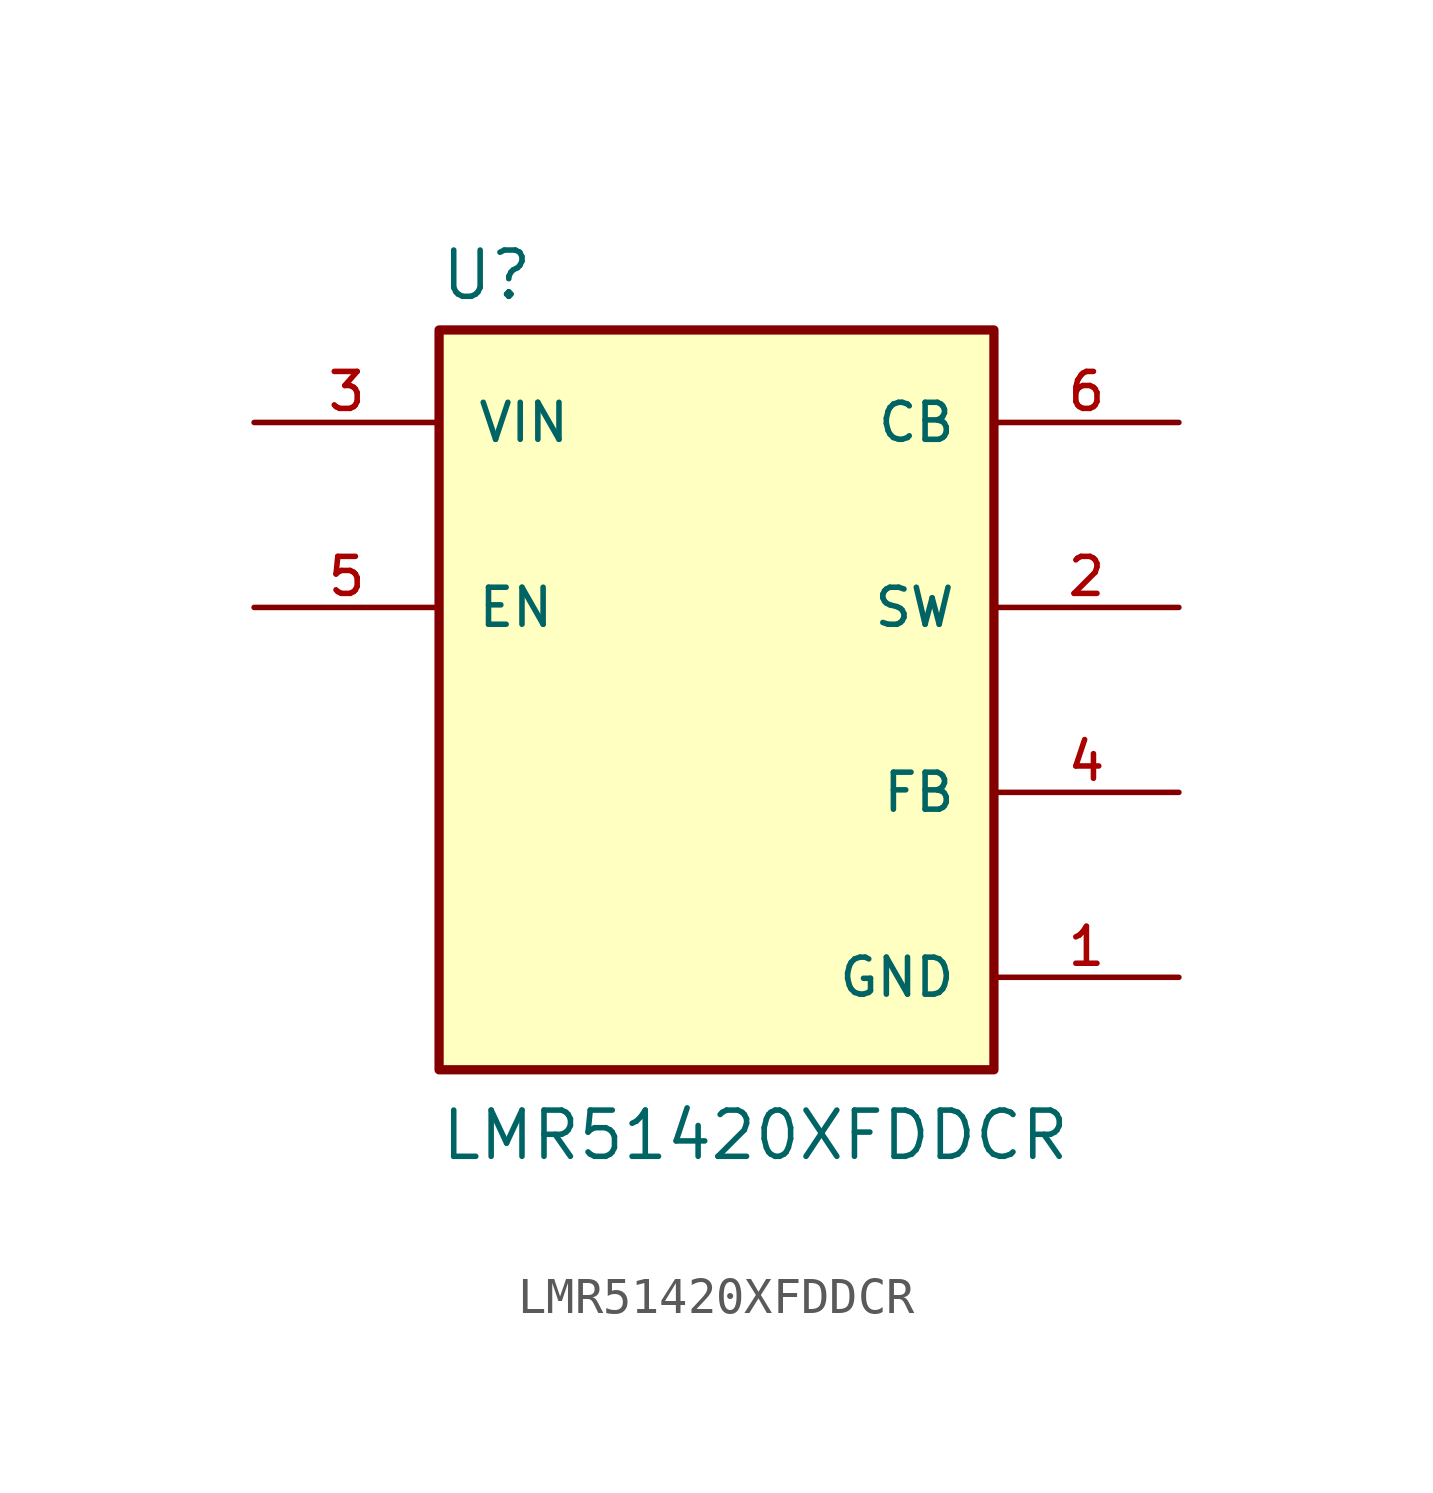
<source format=kicad_sym>
(kicad_symbol_lib
  (version 20211014)
  (generator kicad_symbol_editor)
  (symbol "LMR51420XFDDCR"
    (pin_names
      (offset 1.016))
    (property "Reference" "U"
      (at -7.62 10.922 0)
      (effects (font (size 1.27 1.27)) (justify bottom left)))
    (property "Value" "LMR51420XFDDCR"
      (at -7.62 -12.7 0)
      (effects (font (size 1.27 1.27)) (justify bottom left)))
    (symbol "LMR51420XFDDCR_0_0"
      (rectangle (start -7.62 -10.16) (end 7.62 10.16) (stroke (width 0.254)) (fill (type background)))
      (pin power_in line (at 12.7 -7.62 180.0) (length 5.08) (name "GND" (effects (font (size 1.016 1.016)))) (number "1" (effects (font (size 1.016 1.016)))))
      (pin output line (at 12.7 2.54 180.0) (length 5.08) (name "SW" (effects (font (size 1.016 1.016)))) (number "2" (effects (font (size 1.016 1.016)))))
      (pin input line (at -12.7 7.62 0) (length 5.08) (name "VIN" (effects (font (size 1.016 1.016)))) (number "3" (effects (font (size 1.016 1.016)))))
      (pin input line (at 12.7 -2.54 180.0) (length 5.08) (name "FB" (effects (font (size 1.016 1.016)))) (number "4" (effects (font (size 1.016 1.016)))))
      (pin input line (at -12.7 2.54 0) (length 5.08) (name "EN" (effects (font (size 1.016 1.016)))) (number "5" (effects (font (size 1.016 1.016)))))
      (pin passive line (at 12.7 7.62 180.0) (length 5.08) (name "CB" (effects (font (size 1.016 1.016)))) (number "6" (effects (font (size 1.016 1.016))))))))
</source>
